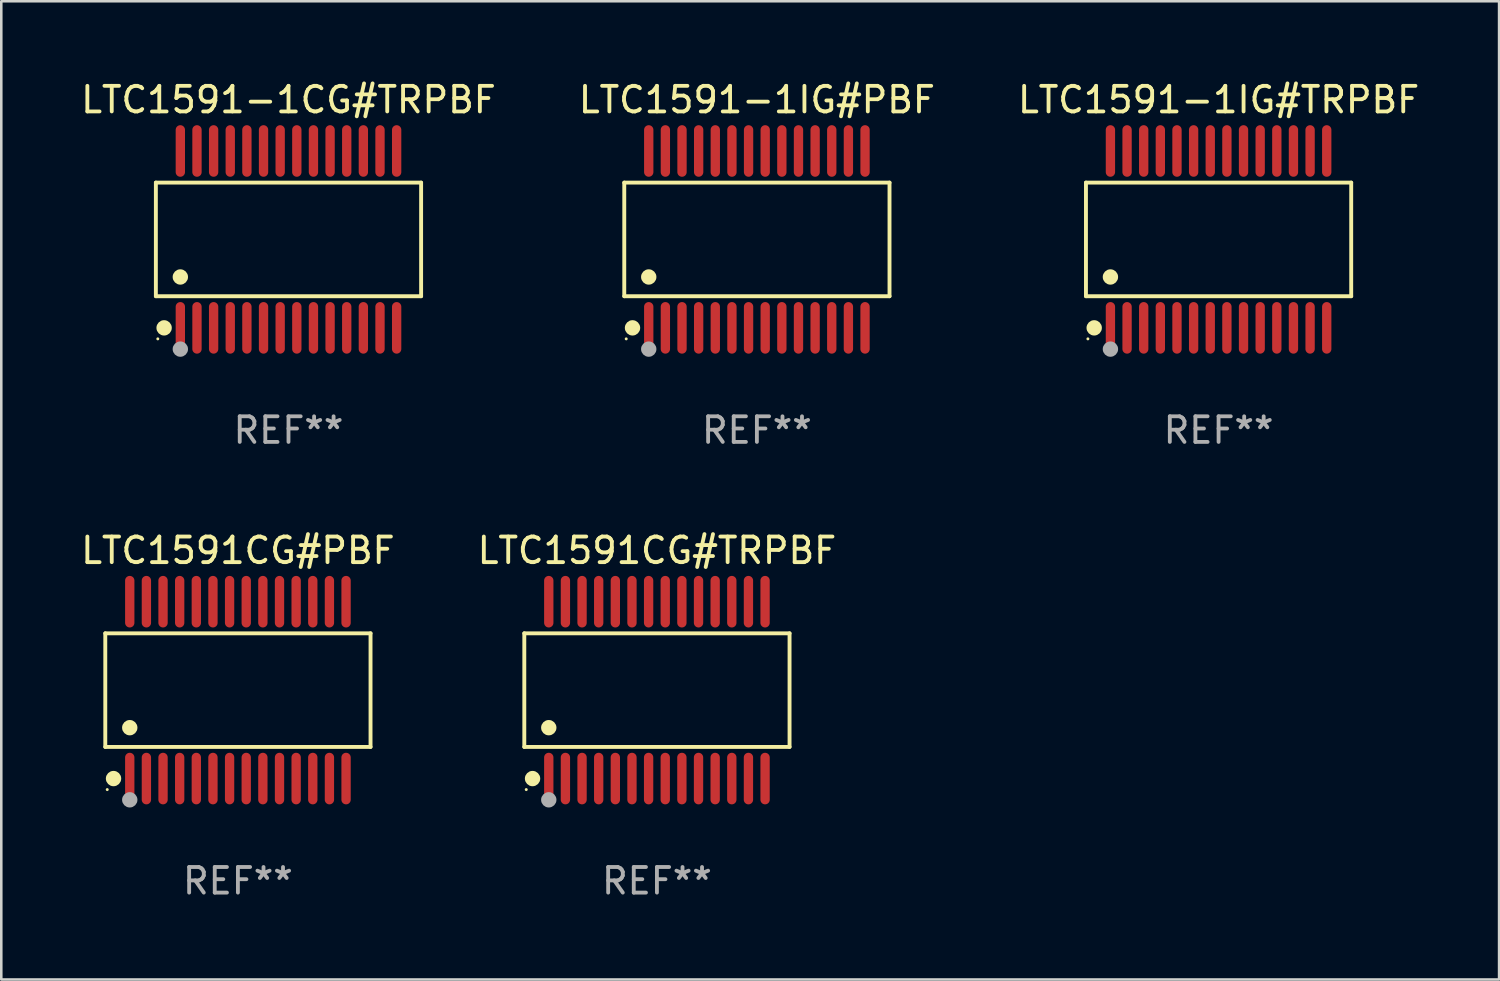
<source format=kicad_pcb>
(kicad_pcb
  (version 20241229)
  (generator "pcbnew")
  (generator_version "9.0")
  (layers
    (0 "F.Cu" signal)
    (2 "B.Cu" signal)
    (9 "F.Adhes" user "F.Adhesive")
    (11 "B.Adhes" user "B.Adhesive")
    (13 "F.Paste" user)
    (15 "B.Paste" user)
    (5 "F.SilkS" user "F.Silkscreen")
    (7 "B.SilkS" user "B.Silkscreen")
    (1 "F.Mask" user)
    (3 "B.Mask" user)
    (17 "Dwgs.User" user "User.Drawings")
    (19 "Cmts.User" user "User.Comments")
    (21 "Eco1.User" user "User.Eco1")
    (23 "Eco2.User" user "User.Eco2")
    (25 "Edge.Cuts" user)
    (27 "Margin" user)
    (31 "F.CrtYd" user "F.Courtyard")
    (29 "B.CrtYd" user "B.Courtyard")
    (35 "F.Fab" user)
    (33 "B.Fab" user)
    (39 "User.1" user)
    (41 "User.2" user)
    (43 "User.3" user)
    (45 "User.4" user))
  (footprint "LTC1591-1CG#TRPBF"
    (layer "F.Cu")
    (at 8.22 6.303)
    (property "Reference" "LTC1591-1CG#TRPBF" (at 0 -5.455 0) (layer "F.SilkS") (effects (font (size 1 1) (thickness 0.15))))
    (attr through_hole)
    (fp_line (start -5.181 -2.219) (end 5.181 -2.219) (stroke (width 0.152) (type solid)) (layer "F.SilkS"))
    (fp_line (start -5.181 2.219) (end -5.181 -2.219) (stroke (width 0.152) (type solid)) (layer "F.SilkS"))
    (fp_line (start 5.181 -2.219) (end 5.181 2.219) (stroke (width 0.152) (type solid)) (layer "F.SilkS"))
    (fp_line (start 5.181 2.219) (end -5.181 2.219) (stroke (width 0.152) (type solid)) (layer "F.SilkS"))
    (fp_circle (center -5.105 3.885) (end -5.075 3.885) (stroke (width 0.06) (type solid)) (fill no) (layer "F.SilkS"))
    (fp_circle (center -4.859 3.455) (end -4.709 3.455) (stroke (width 0.3) (type solid)) (fill no) (layer "F.SilkS"))
    (fp_circle (center -4.225 1.467) (end -4.075 1.467) (stroke (width 0.3) (type solid)) (fill no) (layer "F.SilkS"))
    (fp_circle (center -4.225 4.285) (end -4.075 4.285) (stroke (width 0.3) (type solid)) (fill no) (layer "F.Fab"))
    (fp_text user "REF**" (at 0 7.455 0) (layer "F.Fab") (effects (font (size 1 1) (thickness 0.15))))
    (pad "1" smd oval (at -4.225 3.455) (size 0.364 2.015) (layers "F.Cu" "F.Mask" "F.Paste"))
    (pad "2" smd oval (at -3.575 3.455) (size 0.364 2.015) (layers "F.Cu" "F.Mask" "F.Paste"))
    (pad "3" smd oval (at -2.925 3.455) (size 0.364 2.015) (layers "F.Cu" "F.Mask" "F.Paste"))
    (pad "4" smd oval (at -2.275 3.455) (size 0.364 2.015) (layers "F.Cu" "F.Mask" "F.Paste"))
    (pad "5" smd oval (at -1.625 3.455) (size 0.364 2.015) (layers "F.Cu" "F.Mask" "F.Paste"))
    (pad "6" smd oval (at -0.975 3.455) (size 0.364 2.015) (layers "F.Cu" "F.Mask" "F.Paste"))
    (pad "7" smd oval (at -0.325 3.455) (size 0.364 2.015) (layers "F.Cu" "F.Mask" "F.Paste"))
    (pad "8" smd oval (at 0.325 3.455) (size 0.364 2.015) (layers "F.Cu" "F.Mask" "F.Paste"))
    (pad "9" smd oval (at 0.975 3.455) (size 0.364 2.015) (layers "F.Cu" "F.Mask" "F.Paste"))
    (pad "10" smd oval (at 1.625 3.455) (size 0.364 2.015) (layers "F.Cu" "F.Mask" "F.Paste"))
    (pad "11" smd oval (at 2.275 3.455) (size 0.364 2.015) (layers "F.Cu" "F.Mask" "F.Paste"))
    (pad "12" smd oval (at 2.925 3.455) (size 0.364 2.015) (layers "F.Cu" "F.Mask" "F.Paste"))
    (pad "13" smd oval (at 3.575 3.455) (size 0.364 2.015) (layers "F.Cu" "F.Mask" "F.Paste"))
    (pad "14" smd oval (at 4.225 3.455) (size 0.364 2.015) (layers "F.Cu" "F.Mask" "F.Paste"))
    (pad "15" smd oval (at 4.225 -3.455) (size 0.364 2.015) (layers "F.Cu" "F.Mask" "F.Paste"))
    (pad "16" smd oval (at 3.575 -3.455) (size 0.364 2.015) (layers "F.Cu" "F.Mask" "F.Paste"))
    (pad "17" smd oval (at 2.925 -3.455) (size 0.364 2.015) (layers "F.Cu" "F.Mask" "F.Paste"))
    (pad "18" smd oval (at 2.275 -3.455) (size 0.364 2.015) (layers "F.Cu" "F.Mask" "F.Paste"))
    (pad "19" smd oval (at 1.625 -3.455) (size 0.364 2.015) (layers "F.Cu" "F.Mask" "F.Paste"))
    (pad "20" smd oval (at 0.975 -3.455) (size 0.364 2.015) (layers "F.Cu" "F.Mask" "F.Paste"))
    (pad "21" smd oval (at 0.325 -3.455) (size 0.364 2.015) (layers "F.Cu" "F.Mask" "F.Paste"))
    (pad "22" smd oval (at -0.325 -3.455) (size 0.364 2.015) (layers "F.Cu" "F.Mask" "F.Paste"))
    (pad "23" smd oval (at -0.975 -3.455) (size 0.364 2.015) (layers "F.Cu" "F.Mask" "F.Paste"))
    (pad "24" smd oval (at -1.625 -3.455) (size 0.364 2.015) (layers "F.Cu" "F.Mask" "F.Paste"))
    (pad "25" smd oval (at -2.275 -3.455) (size 0.364 2.015) (layers "F.Cu" "F.Mask" "F.Paste"))
    (pad "26" smd oval (at -2.925 -3.455) (size 0.364 2.015) (layers "F.Cu" "F.Mask" "F.Paste"))
    (pad "27" smd oval (at -3.575 -3.455) (size 0.364 2.015) (layers "F.Cu" "F.Mask" "F.Paste"))
    (pad "28" smd oval (at -4.225 -3.455) (size 0.364 2.015) (layers "F.Cu" "F.Mask" "F.Paste")))
  (footprint "LTC1591CG#TRPBF"
    (layer "F.Cu")
    (at 22.613 23.91)
    (property "Reference" "LTC1591CG#TRPBF" (at 0 -5.455 0) (layer "F.SilkS") (effects (font (size 1 1) (thickness 0.15))))
    (attr through_hole)
    (fp_line (start -5.181 -2.219) (end 5.181 -2.219) (stroke (width 0.152) (type solid)) (layer "F.SilkS"))
    (fp_line (start -5.181 2.219) (end -5.181 -2.219) (stroke (width 0.152) (type solid)) (layer "F.SilkS"))
    (fp_line (start 5.181 -2.219) (end 5.181 2.219) (stroke (width 0.152) (type solid)) (layer "F.SilkS"))
    (fp_line (start 5.181 2.219) (end -5.181 2.219) (stroke (width 0.152) (type solid)) (layer "F.SilkS"))
    (fp_circle (center -5.105 3.885) (end -5.075 3.885) (stroke (width 0.06) (type solid)) (fill no) (layer "F.SilkS"))
    (fp_circle (center -4.859 3.455) (end -4.709 3.455) (stroke (width 0.3) (type solid)) (fill no) (layer "F.SilkS"))
    (fp_circle (center -4.225 1.467) (end -4.075 1.467) (stroke (width 0.3) (type solid)) (fill no) (layer "F.SilkS"))
    (fp_circle (center -4.225 4.285) (end -4.075 4.285) (stroke (width 0.3) (type solid)) (fill no) (layer "F.Fab"))
    (fp_text user "REF**" (at 0 7.455 0) (layer "F.Fab") (effects (font (size 1 1) (thickness 0.15))))
    (pad "1" smd oval (at -4.225 3.455) (size 0.364 2.015) (layers "F.Cu" "F.Mask" "F.Paste"))
    (pad "2" smd oval (at -3.575 3.455) (size 0.364 2.015) (layers "F.Cu" "F.Mask" "F.Paste"))
    (pad "3" smd oval (at -2.925 3.455) (size 0.364 2.015) (layers "F.Cu" "F.Mask" "F.Paste"))
    (pad "4" smd oval (at -2.275 3.455) (size 0.364 2.015) (layers "F.Cu" "F.Mask" "F.Paste"))
    (pad "5" smd oval (at -1.625 3.455) (size 0.364 2.015) (layers "F.Cu" "F.Mask" "F.Paste"))
    (pad "6" smd oval (at -0.975 3.455) (size 0.364 2.015) (layers "F.Cu" "F.Mask" "F.Paste"))
    (pad "7" smd oval (at -0.325 3.455) (size 0.364 2.015) (layers "F.Cu" "F.Mask" "F.Paste"))
    (pad "8" smd oval (at 0.325 3.455) (size 0.364 2.015) (layers "F.Cu" "F.Mask" "F.Paste"))
    (pad "9" smd oval (at 0.975 3.455) (size 0.364 2.015) (layers "F.Cu" "F.Mask" "F.Paste"))
    (pad "10" smd oval (at 1.625 3.455) (size 0.364 2.015) (layers "F.Cu" "F.Mask" "F.Paste"))
    (pad "11" smd oval (at 2.275 3.455) (size 0.364 2.015) (layers "F.Cu" "F.Mask" "F.Paste"))
    (pad "12" smd oval (at 2.925 3.455) (size 0.364 2.015) (layers "F.Cu" "F.Mask" "F.Paste"))
    (pad "13" smd oval (at 3.575 3.455) (size 0.364 2.015) (layers "F.Cu" "F.Mask" "F.Paste"))
    (pad "14" smd oval (at 4.225 3.455) (size 0.364 2.015) (layers "F.Cu" "F.Mask" "F.Paste"))
    (pad "15" smd oval (at 4.225 -3.455) (size 0.364 2.015) (layers "F.Cu" "F.Mask" "F.Paste"))
    (pad "16" smd oval (at 3.575 -3.455) (size 0.364 2.015) (layers "F.Cu" "F.Mask" "F.Paste"))
    (pad "17" smd oval (at 2.925 -3.455) (size 0.364 2.015) (layers "F.Cu" "F.Mask" "F.Paste"))
    (pad "18" smd oval (at 2.275 -3.455) (size 0.364 2.015) (layers "F.Cu" "F.Mask" "F.Paste"))
    (pad "19" smd oval (at 1.625 -3.455) (size 0.364 2.015) (layers "F.Cu" "F.Mask" "F.Paste"))
    (pad "20" smd oval (at 0.975 -3.455) (size 0.364 2.015) (layers "F.Cu" "F.Mask" "F.Paste"))
    (pad "21" smd oval (at 0.325 -3.455) (size 0.364 2.015) (layers "F.Cu" "F.Mask" "F.Paste"))
    (pad "22" smd oval (at -0.325 -3.455) (size 0.364 2.015) (layers "F.Cu" "F.Mask" "F.Paste"))
    (pad "23" smd oval (at -0.975 -3.455) (size 0.364 2.015) (layers "F.Cu" "F.Mask" "F.Paste"))
    (pad "24" smd oval (at -1.625 -3.455) (size 0.364 2.015) (layers "F.Cu" "F.Mask" "F.Paste"))
    (pad "25" smd oval (at -2.275 -3.455) (size 0.364 2.015) (layers "F.Cu" "F.Mask" "F.Paste"))
    (pad "26" smd oval (at -2.925 -3.455) (size 0.364 2.015) (layers "F.Cu" "F.Mask" "F.Paste"))
    (pad "27" smd oval (at -3.575 -3.455) (size 0.364 2.015) (layers "F.Cu" "F.Mask" "F.Paste"))
    (pad "28" smd oval (at -4.225 -3.455) (size 0.364 2.015) (layers "F.Cu" "F.Mask" "F.Paste")))
  (footprint "LTC1591CG#PBF"
    (layer "F.Cu")
    (at 6.244 23.91)
    (property "Reference" "LTC1591CG#PBF" (at 0 -5.455 0) (layer "F.SilkS") (effects (font (size 1 1) (thickness 0.15))))
    (attr through_hole)
    (fp_line (start -5.181 -2.219) (end 5.181 -2.219) (stroke (width 0.152) (type solid)) (layer "F.SilkS"))
    (fp_line (start -5.181 2.219) (end -5.181 -2.219) (stroke (width 0.152) (type solid)) (layer "F.SilkS"))
    (fp_line (start 5.181 -2.219) (end 5.181 2.219) (stroke (width 0.152) (type solid)) (layer "F.SilkS"))
    (fp_line (start 5.181 2.219) (end -5.181 2.219) (stroke (width 0.152) (type solid)) (layer "F.SilkS"))
    (fp_circle (center -5.105 3.885) (end -5.075 3.885) (stroke (width 0.06) (type solid)) (fill no) (layer "F.SilkS"))
    (fp_circle (center -4.859 3.455) (end -4.709 3.455) (stroke (width 0.3) (type solid)) (fill no) (layer "F.SilkS"))
    (fp_circle (center -4.225 1.467) (end -4.075 1.467) (stroke (width 0.3) (type solid)) (fill no) (layer "F.SilkS"))
    (fp_circle (center -4.225 4.285) (end -4.075 4.285) (stroke (width 0.3) (type solid)) (fill no) (layer "F.Fab"))
    (fp_text user "REF**" (at 0 7.455 0) (layer "F.Fab") (effects (font (size 1 1) (thickness 0.15))))
    (pad "1" smd oval (at -4.225 3.455) (size 0.364 2.015) (layers "F.Cu" "F.Mask" "F.Paste"))
    (pad "2" smd oval (at -3.575 3.455) (size 0.364 2.015) (layers "F.Cu" "F.Mask" "F.Paste"))
    (pad "3" smd oval (at -2.925 3.455) (size 0.364 2.015) (layers "F.Cu" "F.Mask" "F.Paste"))
    (pad "4" smd oval (at -2.275 3.455) (size 0.364 2.015) (layers "F.Cu" "F.Mask" "F.Paste"))
    (pad "5" smd oval (at -1.625 3.455) (size 0.364 2.015) (layers "F.Cu" "F.Mask" "F.Paste"))
    (pad "6" smd oval (at -0.975 3.455) (size 0.364 2.015) (layers "F.Cu" "F.Mask" "F.Paste"))
    (pad "7" smd oval (at -0.325 3.455) (size 0.364 2.015) (layers "F.Cu" "F.Mask" "F.Paste"))
    (pad "8" smd oval (at 0.325 3.455) (size 0.364 2.015) (layers "F.Cu" "F.Mask" "F.Paste"))
    (pad "9" smd oval (at 0.975 3.455) (size 0.364 2.015) (layers "F.Cu" "F.Mask" "F.Paste"))
    (pad "10" smd oval (at 1.625 3.455) (size 0.364 2.015) (layers "F.Cu" "F.Mask" "F.Paste"))
    (pad "11" smd oval (at 2.275 3.455) (size 0.364 2.015) (layers "F.Cu" "F.Mask" "F.Paste"))
    (pad "12" smd oval (at 2.925 3.455) (size 0.364 2.015) (layers "F.Cu" "F.Mask" "F.Paste"))
    (pad "13" smd oval (at 3.575 3.455) (size 0.364 2.015) (layers "F.Cu" "F.Mask" "F.Paste"))
    (pad "14" smd oval (at 4.225 3.455) (size 0.364 2.015) (layers "F.Cu" "F.Mask" "F.Paste"))
    (pad "15" smd oval (at 4.225 -3.455) (size 0.364 2.015) (layers "F.Cu" "F.Mask" "F.Paste"))
    (pad "16" smd oval (at 3.575 -3.455) (size 0.364 2.015) (layers "F.Cu" "F.Mask" "F.Paste"))
    (pad "17" smd oval (at 2.925 -3.455) (size 0.364 2.015) (layers "F.Cu" "F.Mask" "F.Paste"))
    (pad "18" smd oval (at 2.275 -3.455) (size 0.364 2.015) (layers "F.Cu" "F.Mask" "F.Paste"))
    (pad "19" smd oval (at 1.625 -3.455) (size 0.364 2.015) (layers "F.Cu" "F.Mask" "F.Paste"))
    (pad "20" smd oval (at 0.975 -3.455) (size 0.364 2.015) (layers "F.Cu" "F.Mask" "F.Paste"))
    (pad "21" smd oval (at 0.325 -3.455) (size 0.364 2.015) (layers "F.Cu" "F.Mask" "F.Paste"))
    (pad "22" smd oval (at -0.325 -3.455) (size 0.364 2.015) (layers "F.Cu" "F.Mask" "F.Paste"))
    (pad "23" smd oval (at -0.975 -3.455) (size 0.364 2.015) (layers "F.Cu" "F.Mask" "F.Paste"))
    (pad "24" smd oval (at -1.625 -3.455) (size 0.364 2.015) (layers "F.Cu" "F.Mask" "F.Paste"))
    (pad "25" smd oval (at -2.275 -3.455) (size 0.364 2.015) (layers "F.Cu" "F.Mask" "F.Paste"))
    (pad "26" smd oval (at -2.925 -3.455) (size 0.364 2.015) (layers "F.Cu" "F.Mask" "F.Paste"))
    (pad "27" smd oval (at -3.575 -3.455) (size 0.364 2.015) (layers "F.Cu" "F.Mask" "F.Paste"))
    (pad "28" smd oval (at -4.225 -3.455) (size 0.364 2.015) (layers "F.Cu" "F.Mask" "F.Paste")))
  (footprint "LTC1591-1IG#TRPBF"
    (layer "F.Cu")
    (at 44.554 6.303)
    (property "Reference" "LTC1591-1IG#TRPBF" (at 0 -5.455 0) (layer "F.SilkS") (effects (font (size 1 1) (thickness 0.15))))
    (attr through_hole)
    (fp_line (start -5.181 -2.219) (end 5.181 -2.219) (stroke (width 0.152) (type solid)) (layer "F.SilkS"))
    (fp_line (start -5.181 2.219) (end -5.181 -2.219) (stroke (width 0.152) (type solid)) (layer "F.SilkS"))
    (fp_line (start 5.181 -2.219) (end 5.181 2.219) (stroke (width 0.152) (type solid)) (layer "F.SilkS"))
    (fp_line (start 5.181 2.219) (end -5.181 2.219) (stroke (width 0.152) (type solid)) (layer "F.SilkS"))
    (fp_circle (center -5.105 3.885) (end -5.075 3.885) (stroke (width 0.06) (type solid)) (fill no) (layer "F.SilkS"))
    (fp_circle (center -4.859 3.455) (end -4.709 3.455) (stroke (width 0.3) (type solid)) (fill no) (layer "F.SilkS"))
    (fp_circle (center -4.225 1.467) (end -4.075 1.467) (stroke (width 0.3) (type solid)) (fill no) (layer "F.SilkS"))
    (fp_circle (center -4.225 4.285) (end -4.075 4.285) (stroke (width 0.3) (type solid)) (fill no) (layer "F.Fab"))
    (fp_text user "REF**" (at 0 7.455 0) (layer "F.Fab") (effects (font (size 1 1) (thickness 0.15))))
    (pad "1" smd oval (at -4.225 3.455) (size 0.364 2.015) (layers "F.Cu" "F.Mask" "F.Paste"))
    (pad "2" smd oval (at -3.575 3.455) (size 0.364 2.015) (layers "F.Cu" "F.Mask" "F.Paste"))
    (pad "3" smd oval (at -2.925 3.455) (size 0.364 2.015) (layers "F.Cu" "F.Mask" "F.Paste"))
    (pad "4" smd oval (at -2.275 3.455) (size 0.364 2.015) (layers "F.Cu" "F.Mask" "F.Paste"))
    (pad "5" smd oval (at -1.625 3.455) (size 0.364 2.015) (layers "F.Cu" "F.Mask" "F.Paste"))
    (pad "6" smd oval (at -0.975 3.455) (size 0.364 2.015) (layers "F.Cu" "F.Mask" "F.Paste"))
    (pad "7" smd oval (at -0.325 3.455) (size 0.364 2.015) (layers "F.Cu" "F.Mask" "F.Paste"))
    (pad "8" smd oval (at 0.325 3.455) (size 0.364 2.015) (layers "F.Cu" "F.Mask" "F.Paste"))
    (pad "9" smd oval (at 0.975 3.455) (size 0.364 2.015) (layers "F.Cu" "F.Mask" "F.Paste"))
    (pad "10" smd oval (at 1.625 3.455) (size 0.364 2.015) (layers "F.Cu" "F.Mask" "F.Paste"))
    (pad "11" smd oval (at 2.275 3.455) (size 0.364 2.015) (layers "F.Cu" "F.Mask" "F.Paste"))
    (pad "12" smd oval (at 2.925 3.455) (size 0.364 2.015) (layers "F.Cu" "F.Mask" "F.Paste"))
    (pad "13" smd oval (at 3.575 3.455) (size 0.364 2.015) (layers "F.Cu" "F.Mask" "F.Paste"))
    (pad "14" smd oval (at 4.225 3.455) (size 0.364 2.015) (layers "F.Cu" "F.Mask" "F.Paste"))
    (pad "15" smd oval (at 4.225 -3.455) (size 0.364 2.015) (layers "F.Cu" "F.Mask" "F.Paste"))
    (pad "16" smd oval (at 3.575 -3.455) (size 0.364 2.015) (layers "F.Cu" "F.Mask" "F.Paste"))
    (pad "17" smd oval (at 2.925 -3.455) (size 0.364 2.015) (layers "F.Cu" "F.Mask" "F.Paste"))
    (pad "18" smd oval (at 2.275 -3.455) (size 0.364 2.015) (layers "F.Cu" "F.Mask" "F.Paste"))
    (pad "19" smd oval (at 1.625 -3.455) (size 0.364 2.015) (layers "F.Cu" "F.Mask" "F.Paste"))
    (pad "20" smd oval (at 0.975 -3.455) (size 0.364 2.015) (layers "F.Cu" "F.Mask" "F.Paste"))
    (pad "21" smd oval (at 0.325 -3.455) (size 0.364 2.015) (layers "F.Cu" "F.Mask" "F.Paste"))
    (pad "22" smd oval (at -0.325 -3.455) (size 0.364 2.015) (layers "F.Cu" "F.Mask" "F.Paste"))
    (pad "23" smd oval (at -0.975 -3.455) (size 0.364 2.015) (layers "F.Cu" "F.Mask" "F.Paste"))
    (pad "24" smd oval (at -1.625 -3.455) (size 0.364 2.015) (layers "F.Cu" "F.Mask" "F.Paste"))
    (pad "25" smd oval (at -2.275 -3.455) (size 0.364 2.015) (layers "F.Cu" "F.Mask" "F.Paste"))
    (pad "26" smd oval (at -2.925 -3.455) (size 0.364 2.015) (layers "F.Cu" "F.Mask" "F.Paste"))
    (pad "27" smd oval (at -3.575 -3.455) (size 0.364 2.015) (layers "F.Cu" "F.Mask" "F.Paste"))
    (pad "28" smd oval (at -4.225 -3.455) (size 0.364 2.015) (layers "F.Cu" "F.Mask" "F.Paste")))
  (footprint "LTC1591-1IG#PBF"
    (layer "F.Cu")
    (at 26.518 6.303)
    (property "Reference" "LTC1591-1IG#PBF" (at 0 -5.455 0) (layer "F.SilkS") (effects (font (size 1 1) (thickness 0.15))))
    (attr through_hole)
    (fp_line (start -5.181 -2.219) (end 5.181 -2.219) (stroke (width 0.152) (type solid)) (layer "F.SilkS"))
    (fp_line (start -5.181 2.219) (end -5.181 -2.219) (stroke (width 0.152) (type solid)) (layer "F.SilkS"))
    (fp_line (start 5.181 -2.219) (end 5.181 2.219) (stroke (width 0.152) (type solid)) (layer "F.SilkS"))
    (fp_line (start 5.181 2.219) (end -5.181 2.219) (stroke (width 0.152) (type solid)) (layer "F.SilkS"))
    (fp_circle (center -5.105 3.885) (end -5.075 3.885) (stroke (width 0.06) (type solid)) (fill no) (layer "F.SilkS"))
    (fp_circle (center -4.859 3.455) (end -4.709 3.455) (stroke (width 0.3) (type solid)) (fill no) (layer "F.SilkS"))
    (fp_circle (center -4.225 1.467) (end -4.075 1.467) (stroke (width 0.3) (type solid)) (fill no) (layer "F.SilkS"))
    (fp_circle (center -4.225 4.285) (end -4.075 4.285) (stroke (width 0.3) (type solid)) (fill no) (layer "F.Fab"))
    (fp_text user "REF**" (at 0 7.455 0) (layer "F.Fab") (effects (font (size 1 1) (thickness 0.15))))
    (pad "1" smd oval (at -4.225 3.455) (size 0.364 2.015) (layers "F.Cu" "F.Mask" "F.Paste"))
    (pad "2" smd oval (at -3.575 3.455) (size 0.364 2.015) (layers "F.Cu" "F.Mask" "F.Paste"))
    (pad "3" smd oval (at -2.925 3.455) (size 0.364 2.015) (layers "F.Cu" "F.Mask" "F.Paste"))
    (pad "4" smd oval (at -2.275 3.455) (size 0.364 2.015) (layers "F.Cu" "F.Mask" "F.Paste"))
    (pad "5" smd oval (at -1.625 3.455) (size 0.364 2.015) (layers "F.Cu" "F.Mask" "F.Paste"))
    (pad "6" smd oval (at -0.975 3.455) (size 0.364 2.015) (layers "F.Cu" "F.Mask" "F.Paste"))
    (pad "7" smd oval (at -0.325 3.455) (size 0.364 2.015) (layers "F.Cu" "F.Mask" "F.Paste"))
    (pad "8" smd oval (at 0.325 3.455) (size 0.364 2.015) (layers "F.Cu" "F.Mask" "F.Paste"))
    (pad "9" smd oval (at 0.975 3.455) (size 0.364 2.015) (layers "F.Cu" "F.Mask" "F.Paste"))
    (pad "10" smd oval (at 1.625 3.455) (size 0.364 2.015) (layers "F.Cu" "F.Mask" "F.Paste"))
    (pad "11" smd oval (at 2.275 3.455) (size 0.364 2.015) (layers "F.Cu" "F.Mask" "F.Paste"))
    (pad "12" smd oval (at 2.925 3.455) (size 0.364 2.015) (layers "F.Cu" "F.Mask" "F.Paste"))
    (pad "13" smd oval (at 3.575 3.455) (size 0.364 2.015) (layers "F.Cu" "F.Mask" "F.Paste"))
    (pad "14" smd oval (at 4.225 3.455) (size 0.364 2.015) (layers "F.Cu" "F.Mask" "F.Paste"))
    (pad "15" smd oval (at 4.225 -3.455) (size 0.364 2.015) (layers "F.Cu" "F.Mask" "F.Paste"))
    (pad "16" smd oval (at 3.575 -3.455) (size 0.364 2.015) (layers "F.Cu" "F.Mask" "F.Paste"))
    (pad "17" smd oval (at 2.925 -3.455) (size 0.364 2.015) (layers "F.Cu" "F.Mask" "F.Paste"))
    (pad "18" smd oval (at 2.275 -3.455) (size 0.364 2.015) (layers "F.Cu" "F.Mask" "F.Paste"))
    (pad "19" smd oval (at 1.625 -3.455) (size 0.364 2.015) (layers "F.Cu" "F.Mask" "F.Paste"))
    (pad "20" smd oval (at 0.975 -3.455) (size 0.364 2.015) (layers "F.Cu" "F.Mask" "F.Paste"))
    (pad "21" smd oval (at 0.325 -3.455) (size 0.364 2.015) (layers "F.Cu" "F.Mask" "F.Paste"))
    (pad "22" smd oval (at -0.325 -3.455) (size 0.364 2.015) (layers "F.Cu" "F.Mask" "F.Paste"))
    (pad "23" smd oval (at -0.975 -3.455) (size 0.364 2.015) (layers "F.Cu" "F.Mask" "F.Paste"))
    (pad "24" smd oval (at -1.625 -3.455) (size 0.364 2.015) (layers "F.Cu" "F.Mask" "F.Paste"))
    (pad "25" smd oval (at -2.275 -3.455) (size 0.364 2.015) (layers "F.Cu" "F.Mask" "F.Paste"))
    (pad "26" smd oval (at -2.925 -3.455) (size 0.364 2.015) (layers "F.Cu" "F.Mask" "F.Paste"))
    (pad "27" smd oval (at -3.575 -3.455) (size 0.364 2.015) (layers "F.Cu" "F.Mask" "F.Paste"))
    (pad "28" smd oval (at -4.225 -3.455) (size 0.364 2.015) (layers "F.Cu" "F.Mask" "F.Paste")))
  (gr_rect
    (start -3 -3)
    (end 55.512 35.214)
    (stroke (width 0.1) (type default))
    (fill no)
    (layer "Edge.Cuts")))
</source>
